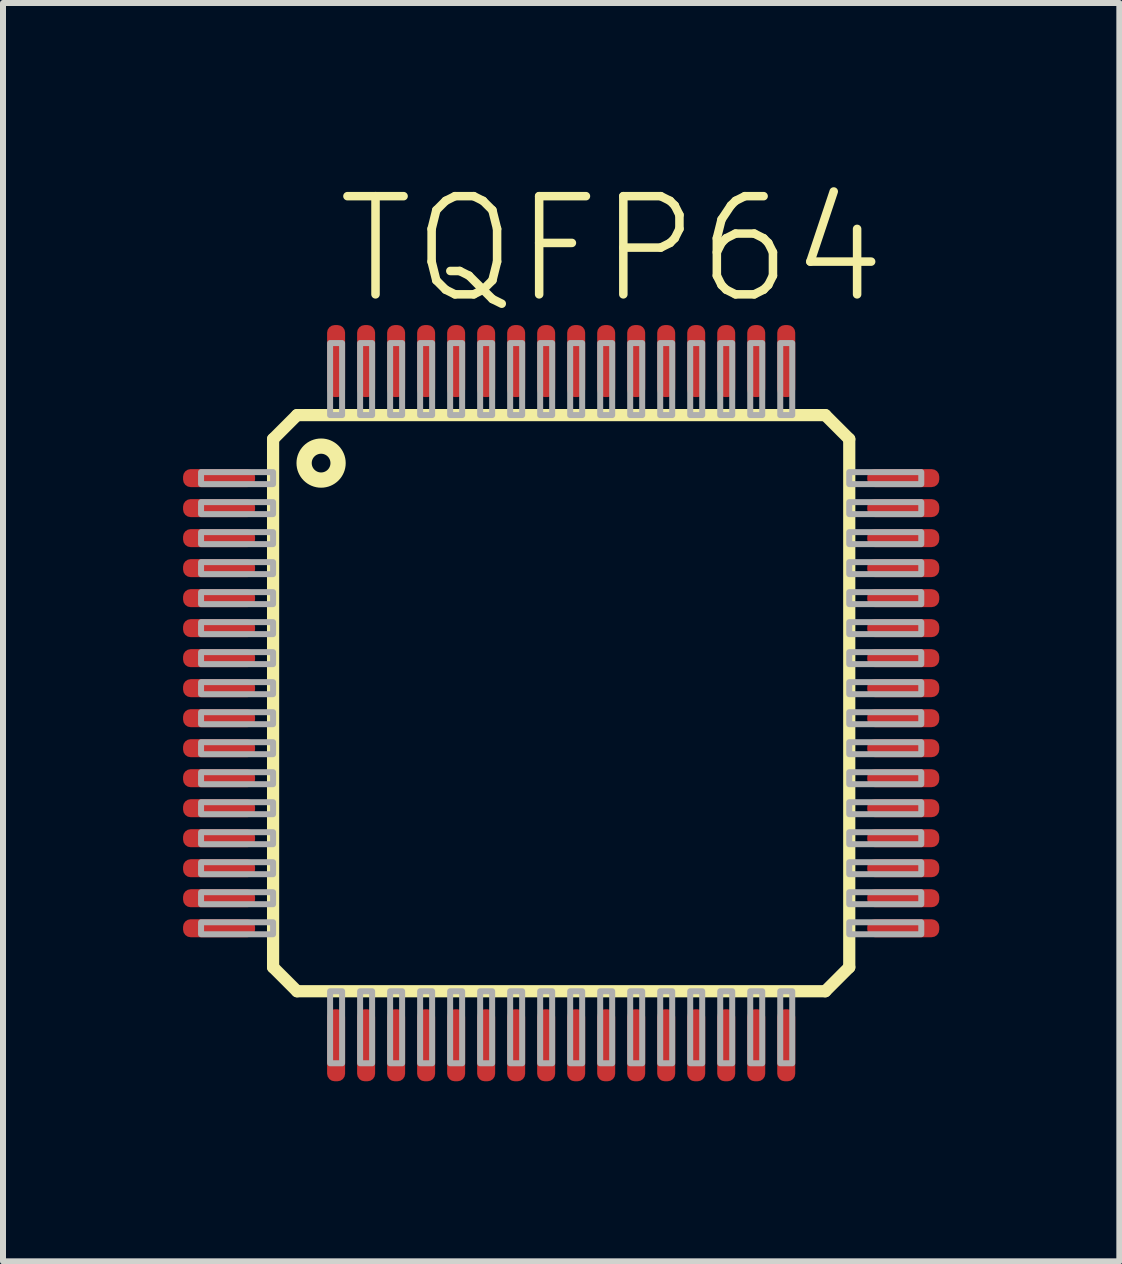
<source format=kicad_pcb>
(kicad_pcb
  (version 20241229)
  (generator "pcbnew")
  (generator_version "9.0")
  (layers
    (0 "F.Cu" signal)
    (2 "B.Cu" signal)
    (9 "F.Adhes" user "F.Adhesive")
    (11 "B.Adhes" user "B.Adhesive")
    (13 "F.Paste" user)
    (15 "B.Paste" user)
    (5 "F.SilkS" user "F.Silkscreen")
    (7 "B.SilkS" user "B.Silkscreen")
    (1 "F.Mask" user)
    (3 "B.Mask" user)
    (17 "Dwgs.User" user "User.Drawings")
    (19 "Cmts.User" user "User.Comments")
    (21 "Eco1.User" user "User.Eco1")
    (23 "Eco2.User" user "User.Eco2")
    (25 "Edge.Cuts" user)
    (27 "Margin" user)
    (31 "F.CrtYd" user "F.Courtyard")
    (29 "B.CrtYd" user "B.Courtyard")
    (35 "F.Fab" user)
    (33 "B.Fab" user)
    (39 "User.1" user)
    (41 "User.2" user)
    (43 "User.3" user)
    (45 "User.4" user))
  (footprint "TQFP64"
    (layer "F.Cu")
    (at 6.3 8.666)
    (property "Reference" "TQFP64" (at -3.81 -6.604 0) (unlocked yes) (layer "F.SilkS") (effects (font (size 1.636 1.636) (thickness 0.142)) (justify left bottom)))
    (fp_line (start -4.8 -4.4) (end -4.4 -4.8) (stroke (width 0.203) (type solid)) (layer "F.SilkS"))
    (fp_line (start -4.8 4.4) (end -4.8 -4.4) (stroke (width 0.203) (type solid)) (layer "F.SilkS"))
    (fp_line (start -4.4 -4.8) (end 4.4 -4.8) (stroke (width 0.203) (type solid)) (layer "F.SilkS"))
    (fp_line (start -4.4 4.8) (end -4.8 4.4) (stroke (width 0.203) (type solid)) (layer "F.SilkS"))
    (fp_line (start 4.4 -4.8) (end 4.8 -4.4) (stroke (width 0.203) (type solid)) (layer "F.SilkS"))
    (fp_line (start 4.4 4.8) (end -4.4 4.8) (stroke (width 0.203) (type solid)) (layer "F.SilkS"))
    (fp_line (start 4.8 -4.4) (end 4.8 4.4) (stroke (width 0.203) (type solid)) (layer "F.SilkS"))
    (fp_line (start 4.8 4.4) (end 4.4 4.8) (stroke (width 0.203) (type solid)) (layer "F.SilkS"))
    (fp_circle (center -4 -4) (end -3.717 -4) (stroke (width 0.254) (type solid)) (fill no) (layer "F.SilkS"))
    (fp_poly (pts (xy -6 -3.65) (xy -4.8 -3.65) (xy -4.8 -3.85) (xy -6 -3.85)) (stroke (width 0.1) (type default)) (fill no) (layer "F.Fab"))
    (fp_poly (pts (xy -6 -3.15) (xy -4.8 -3.15) (xy -4.8 -3.35) (xy -6 -3.35)) (stroke (width 0.1) (type default)) (fill no) (layer "F.Fab"))
    (fp_poly (pts (xy -6 -2.65) (xy -4.8 -2.65) (xy -4.8 -2.85) (xy -6 -2.85)) (stroke (width 0.1) (type default)) (fill no) (layer "F.Fab"))
    (fp_poly (pts (xy -6 -2.15) (xy -4.8 -2.15) (xy -4.8 -2.35) (xy -6 -2.35)) (stroke (width 0.1) (type default)) (fill no) (layer "F.Fab"))
    (fp_poly (pts (xy -6 -1.65) (xy -4.8 -1.65) (xy -4.8 -1.85) (xy -6 -1.85)) (stroke (width 0.1) (type default)) (fill no) (layer "F.Fab"))
    (fp_poly (pts (xy -6 -1.15) (xy -4.8 -1.15) (xy -4.8 -1.35) (xy -6 -1.35)) (stroke (width 0.1) (type default)) (fill no) (layer "F.Fab"))
    (fp_poly (pts (xy -6 -0.65) (xy -4.8 -0.65) (xy -4.8 -0.85) (xy -6 -0.85)) (stroke (width 0.1) (type default)) (fill no) (layer "F.Fab"))
    (fp_poly (pts (xy -6 -0.15) (xy -4.8 -0.15) (xy -4.8 -0.35) (xy -6 -0.35)) (stroke (width 0.1) (type default)) (fill no) (layer "F.Fab"))
    (fp_poly (pts (xy -6 0.35) (xy -4.8 0.35) (xy -4.8 0.15) (xy -6 0.15)) (stroke (width 0.1) (type default)) (fill no) (layer "F.Fab"))
    (fp_poly (pts (xy -6 0.85) (xy -4.8 0.85) (xy -4.8 0.65) (xy -6 0.65)) (stroke (width 0.1) (type default)) (fill no) (layer "F.Fab"))
    (fp_poly (pts (xy -6 1.35) (xy -4.8 1.35) (xy -4.8 1.15) (xy -6 1.15)) (stroke (width 0.1) (type default)) (fill no) (layer "F.Fab"))
    (fp_poly (pts (xy -6 1.85) (xy -4.8 1.85) (xy -4.8 1.65) (xy -6 1.65)) (stroke (width 0.1) (type default)) (fill no) (layer "F.Fab"))
    (fp_poly (pts (xy -6 2.35) (xy -4.8 2.35) (xy -4.8 2.15) (xy -6 2.15)) (stroke (width 0.1) (type default)) (fill no) (layer "F.Fab"))
    (fp_poly (pts (xy -6 2.85) (xy -4.8 2.85) (xy -4.8 2.65) (xy -6 2.65)) (stroke (width 0.1) (type default)) (fill no) (layer "F.Fab"))
    (fp_poly (pts (xy -6 3.35) (xy -4.8 3.35) (xy -4.8 3.15) (xy -6 3.15)) (stroke (width 0.1) (type default)) (fill no) (layer "F.Fab"))
    (fp_poly (pts (xy -6 3.85) (xy -4.8 3.85) (xy -4.8 3.65) (xy -6 3.65)) (stroke (width 0.1) (type default)) (fill no) (layer "F.Fab"))
    (fp_poly (pts (xy -3.85 -4.8) (xy -3.65 -4.8) (xy -3.65 -6) (xy -3.85 -6)) (stroke (width 0.1) (type default)) (fill no) (layer "F.Fab"))
    (fp_poly (pts (xy -3.85 6) (xy -3.65 6) (xy -3.65 4.8) (xy -3.85 4.8)) (stroke (width 0.1) (type default)) (fill no) (layer "F.Fab"))
    (fp_poly (pts (xy -3.35 -4.8) (xy -3.15 -4.8) (xy -3.15 -6) (xy -3.35 -6)) (stroke (width 0.1) (type default)) (fill no) (layer "F.Fab"))
    (fp_poly (pts (xy -3.35 6) (xy -3.15 6) (xy -3.15 4.8) (xy -3.35 4.8)) (stroke (width 0.1) (type default)) (fill no) (layer "F.Fab"))
    (fp_poly (pts (xy -2.85 -4.8) (xy -2.65 -4.8) (xy -2.65 -6) (xy -2.85 -6)) (stroke (width 0.1) (type default)) (fill no) (layer "F.Fab"))
    (fp_poly (pts (xy -2.85 6) (xy -2.65 6) (xy -2.65 4.8) (xy -2.85 4.8)) (stroke (width 0.1) (type default)) (fill no) (layer "F.Fab"))
    (fp_poly (pts (xy -2.35 -4.8) (xy -2.15 -4.8) (xy -2.15 -6) (xy -2.35 -6)) (stroke (width 0.1) (type default)) (fill no) (layer "F.Fab"))
    (fp_poly (pts (xy -2.35 6) (xy -2.15 6) (xy -2.15 4.8) (xy -2.35 4.8)) (stroke (width 0.1) (type default)) (fill no) (layer "F.Fab"))
    (fp_poly (pts (xy -1.85 -4.8) (xy -1.65 -4.8) (xy -1.65 -6) (xy -1.85 -6)) (stroke (width 0.1) (type default)) (fill no) (layer "F.Fab"))
    (fp_poly (pts (xy -1.85 6) (xy -1.65 6) (xy -1.65 4.8) (xy -1.85 4.8)) (stroke (width 0.1) (type default)) (fill no) (layer "F.Fab"))
    (fp_poly (pts (xy -1.35 -4.8) (xy -1.15 -4.8) (xy -1.15 -6) (xy -1.35 -6)) (stroke (width 0.1) (type default)) (fill no) (layer "F.Fab"))
    (fp_poly (pts (xy -1.35 6) (xy -1.15 6) (xy -1.15 4.8) (xy -1.35 4.8)) (stroke (width 0.1) (type default)) (fill no) (layer "F.Fab"))
    (fp_poly (pts (xy -0.85 -4.8) (xy -0.65 -4.8) (xy -0.65 -6) (xy -0.85 -6)) (stroke (width 0.1) (type default)) (fill no) (layer "F.Fab"))
    (fp_poly (pts (xy -0.85 6) (xy -0.65 6) (xy -0.65 4.8) (xy -0.85 4.8)) (stroke (width 0.1) (type default)) (fill no) (layer "F.Fab"))
    (fp_poly (pts (xy -0.35 -4.8) (xy -0.15 -4.8) (xy -0.15 -6) (xy -0.35 -6)) (stroke (width 0.1) (type default)) (fill no) (layer "F.Fab"))
    (fp_poly (pts (xy -0.35 6) (xy -0.15 6) (xy -0.15 4.8) (xy -0.35 4.8)) (stroke (width 0.1) (type default)) (fill no) (layer "F.Fab"))
    (fp_poly (pts (xy 0.15 -4.8) (xy 0.35 -4.8) (xy 0.35 -6) (xy 0.15 -6)) (stroke (width 0.1) (type default)) (fill no) (layer "F.Fab"))
    (fp_poly (pts (xy 0.15 6) (xy 0.35 6) (xy 0.35 4.8) (xy 0.15 4.8)) (stroke (width 0.1) (type default)) (fill no) (layer "F.Fab"))
    (fp_poly (pts (xy 0.65 -4.8) (xy 0.85 -4.8) (xy 0.85 -6) (xy 0.65 -6)) (stroke (width 0.1) (type default)) (fill no) (layer "F.Fab"))
    (fp_poly (pts (xy 0.65 6) (xy 0.85 6) (xy 0.85 4.8) (xy 0.65 4.8)) (stroke (width 0.1) (type default)) (fill no) (layer "F.Fab"))
    (fp_poly (pts (xy 1.15 -4.8) (xy 1.35 -4.8) (xy 1.35 -6) (xy 1.15 -6)) (stroke (width 0.1) (type default)) (fill no) (layer "F.Fab"))
    (fp_poly (pts (xy 1.15 6) (xy 1.35 6) (xy 1.35 4.8) (xy 1.15 4.8)) (stroke (width 0.1) (type default)) (fill no) (layer "F.Fab"))
    (fp_poly (pts (xy 1.65 -4.8) (xy 1.85 -4.8) (xy 1.85 -6) (xy 1.65 -6)) (stroke (width 0.1) (type default)) (fill no) (layer "F.Fab"))
    (fp_poly (pts (xy 1.65 6) (xy 1.85 6) (xy 1.85 4.8) (xy 1.65 4.8)) (stroke (width 0.1) (type default)) (fill no) (layer "F.Fab"))
    (fp_poly (pts (xy 2.15 -4.8) (xy 2.35 -4.8) (xy 2.35 -6) (xy 2.15 -6)) (stroke (width 0.1) (type default)) (fill no) (layer "F.Fab"))
    (fp_poly (pts (xy 2.15 6) (xy 2.35 6) (xy 2.35 4.8) (xy 2.15 4.8)) (stroke (width 0.1) (type default)) (fill no) (layer "F.Fab"))
    (fp_poly (pts (xy 2.65 -4.8) (xy 2.85 -4.8) (xy 2.85 -6) (xy 2.65 -6)) (stroke (width 0.1) (type default)) (fill no) (layer "F.Fab"))
    (fp_poly (pts (xy 2.65 6) (xy 2.85 6) (xy 2.85 4.8) (xy 2.65 4.8)) (stroke (width 0.1) (type default)) (fill no) (layer "F.Fab"))
    (fp_poly (pts (xy 3.15 -4.8) (xy 3.35 -4.8) (xy 3.35 -6) (xy 3.15 -6)) (stroke (width 0.1) (type default)) (fill no) (layer "F.Fab"))
    (fp_poly (pts (xy 3.15 6) (xy 3.35 6) (xy 3.35 4.8) (xy 3.15 4.8)) (stroke (width 0.1) (type default)) (fill no) (layer "F.Fab"))
    (fp_poly (pts (xy 3.65 -4.8) (xy 3.85 -4.8) (xy 3.85 -6) (xy 3.65 -6)) (stroke (width 0.1) (type default)) (fill no) (layer "F.Fab"))
    (fp_poly (pts (xy 3.65 6) (xy 3.85 6) (xy 3.85 4.8) (xy 3.65 4.8)) (stroke (width 0.1) (type default)) (fill no) (layer "F.Fab"))
    (fp_poly (pts (xy 4.8 -3.65) (xy 6 -3.65) (xy 6 -3.85) (xy 4.8 -3.85)) (stroke (width 0.1) (type default)) (fill no) (layer "F.Fab"))
    (fp_poly (pts (xy 4.8 -3.15) (xy 6 -3.15) (xy 6 -3.35) (xy 4.8 -3.35)) (stroke (width 0.1) (type default)) (fill no) (layer "F.Fab"))
    (fp_poly (pts (xy 4.8 -2.65) (xy 6 -2.65) (xy 6 -2.85) (xy 4.8 -2.85)) (stroke (width 0.1) (type default)) (fill no) (layer "F.Fab"))
    (fp_poly (pts (xy 4.8 -2.15) (xy 6 -2.15) (xy 6 -2.35) (xy 4.8 -2.35)) (stroke (width 0.1) (type default)) (fill no) (layer "F.Fab"))
    (fp_poly (pts (xy 4.8 -1.65) (xy 6 -1.65) (xy 6 -1.85) (xy 4.8 -1.85)) (stroke (width 0.1) (type default)) (fill no) (layer "F.Fab"))
    (fp_poly (pts (xy 4.8 -1.15) (xy 6 -1.15) (xy 6 -1.35) (xy 4.8 -1.35)) (stroke (width 0.1) (type default)) (fill no) (layer "F.Fab"))
    (fp_poly (pts (xy 4.8 -0.65) (xy 6 -0.65) (xy 6 -0.85) (xy 4.8 -0.85)) (stroke (width 0.1) (type default)) (fill no) (layer "F.Fab"))
    (fp_poly (pts (xy 4.8 -0.15) (xy 6 -0.15) (xy 6 -0.35) (xy 4.8 -0.35)) (stroke (width 0.1) (type default)) (fill no) (layer "F.Fab"))
    (fp_poly (pts (xy 4.8 0.35) (xy 6 0.35) (xy 6 0.15) (xy 4.8 0.15)) (stroke (width 0.1) (type default)) (fill no) (layer "F.Fab"))
    (fp_poly (pts (xy 4.8 0.85) (xy 6 0.85) (xy 6 0.65) (xy 4.8 0.65)) (stroke (width 0.1) (type default)) (fill no) (layer "F.Fab"))
    (fp_poly (pts (xy 4.8 1.35) (xy 6 1.35) (xy 6 1.15) (xy 4.8 1.15)) (stroke (width 0.1) (type default)) (fill no) (layer "F.Fab"))
    (fp_poly (pts (xy 4.8 1.85) (xy 6 1.85) (xy 6 1.65) (xy 4.8 1.65)) (stroke (width 0.1) (type default)) (fill no) (layer "F.Fab"))
    (fp_poly (pts (xy 4.8 2.35) (xy 6 2.35) (xy 6 2.15) (xy 4.8 2.15)) (stroke (width 0.1) (type default)) (fill no) (layer "F.Fab"))
    (fp_poly (pts (xy 4.8 2.85) (xy 6 2.85) (xy 6 2.65) (xy 4.8 2.65)) (stroke (width 0.1) (type default)) (fill no) (layer "F.Fab"))
    (fp_poly (pts (xy 4.8 3.35) (xy 6 3.35) (xy 6 3.15) (xy 4.8 3.15)) (stroke (width 0.1) (type default)) (fill no) (layer "F.Fab"))
    (fp_poly (pts (xy 4.8 3.85) (xy 6 3.85) (xy 6 3.65) (xy 4.8 3.65)) (stroke (width 0.1) (type default)) (fill no) (layer "F.Fab"))
    (pad "1" smd roundrect (at -5.7 -3.75) (size 1.2 0.3) (layers "F.Cu" "F.Mask" "F.Paste") (roundrect_rratio 0.423))
    (pad "2" smd roundrect (at -5.7 -3.25) (size 1.2 0.3) (layers "F.Cu" "F.Mask" "F.Paste") (roundrect_rratio 0.423))
    (pad "3" smd roundrect (at -5.7 -2.75) (size 1.2 0.3) (layers "F.Cu" "F.Mask" "F.Paste") (roundrect_rratio 0.423))
    (pad "4" smd roundrect (at -5.7 -2.25) (size 1.2 0.3) (layers "F.Cu" "F.Mask" "F.Paste") (roundrect_rratio 0.423))
    (pad "5" smd roundrect (at -5.7 -1.75) (size 1.2 0.3) (layers "F.Cu" "F.Mask" "F.Paste") (roundrect_rratio 0.423))
    (pad "6" smd roundrect (at -5.7 -1.25) (size 1.2 0.3) (layers "F.Cu" "F.Mask" "F.Paste") (roundrect_rratio 0.423))
    (pad "7" smd roundrect (at -5.7 -0.75) (size 1.2 0.3) (layers "F.Cu" "F.Mask" "F.Paste") (roundrect_rratio 0.423))
    (pad "8" smd roundrect (at -5.7 -0.25) (size 1.2 0.3) (layers "F.Cu" "F.Mask" "F.Paste") (roundrect_rratio 0.423))
    (pad "9" smd roundrect (at -5.7 0.25) (size 1.2 0.3) (layers "F.Cu" "F.Mask" "F.Paste") (roundrect_rratio 0.423))
    (pad "10" smd roundrect (at -5.7 0.75) (size 1.2 0.3) (layers "F.Cu" "F.Mask" "F.Paste") (roundrect_rratio 0.423))
    (pad "11" smd roundrect (at -5.7 1.25) (size 1.2 0.3) (layers "F.Cu" "F.Mask" "F.Paste") (roundrect_rratio 0.423))
    (pad "12" smd roundrect (at -5.7 1.75) (size 1.2 0.3) (layers "F.Cu" "F.Mask" "F.Paste") (roundrect_rratio 0.423))
    (pad "13" smd roundrect (at -5.7 2.25) (size 1.2 0.3) (layers "F.Cu" "F.Mask" "F.Paste") (roundrect_rratio 0.423))
    (pad "14" smd roundrect (at -5.7 2.75) (size 1.2 0.3) (layers "F.Cu" "F.Mask" "F.Paste") (roundrect_rratio 0.423))
    (pad "15" smd roundrect (at -5.7 3.25) (size 1.2 0.3) (layers "F.Cu" "F.Mask" "F.Paste") (roundrect_rratio 0.423))
    (pad "16" smd roundrect (at -5.7 3.75) (size 1.2 0.3) (layers "F.Cu" "F.Mask" "F.Paste") (roundrect_rratio 0.423))
    (pad "17" smd roundrect (at -3.75 5.7) (size 0.3 1.2) (layers "F.Cu" "F.Mask" "F.Paste") (roundrect_rratio 0.423))
    (pad "18" smd roundrect (at -3.25 5.7) (size 0.3 1.2) (layers "F.Cu" "F.Mask" "F.Paste") (roundrect_rratio 0.423))
    (pad "19" smd roundrect (at -2.75 5.7) (size 0.3 1.2) (layers "F.Cu" "F.Mask" "F.Paste") (roundrect_rratio 0.423))
    (pad "20" smd roundrect (at -2.25 5.7) (size 0.3 1.2) (layers "F.Cu" "F.Mask" "F.Paste") (roundrect_rratio 0.423))
    (pad "21" smd roundrect (at -1.75 5.7) (size 0.3 1.2) (layers "F.Cu" "F.Mask" "F.Paste") (roundrect_rratio 0.423))
    (pad "22" smd roundrect (at -1.25 5.7) (size 0.3 1.2) (layers "F.Cu" "F.Mask" "F.Paste") (roundrect_rratio 0.423))
    (pad "23" smd roundrect (at -0.75 5.7) (size 0.3 1.2) (layers "F.Cu" "F.Mask" "F.Paste") (roundrect_rratio 0.423))
    (pad "24" smd roundrect (at -0.25 5.7) (size 0.3 1.2) (layers "F.Cu" "F.Mask" "F.Paste") (roundrect_rratio 0.423))
    (pad "25" smd roundrect (at 0.25 5.7) (size 0.3 1.2) (layers "F.Cu" "F.Mask" "F.Paste") (roundrect_rratio 0.423))
    (pad "26" smd roundrect (at 0.75 5.7) (size 0.3 1.2) (layers "F.Cu" "F.Mask" "F.Paste") (roundrect_rratio 0.423))
    (pad "27" smd roundrect (at 1.25 5.7) (size 0.3 1.2) (layers "F.Cu" "F.Mask" "F.Paste") (roundrect_rratio 0.423))
    (pad "28" smd roundrect (at 1.75 5.7) (size 0.3 1.2) (layers "F.Cu" "F.Mask" "F.Paste") (roundrect_rratio 0.423))
    (pad "29" smd roundrect (at 2.25 5.7) (size 0.3 1.2) (layers "F.Cu" "F.Mask" "F.Paste") (roundrect_rratio 0.423))
    (pad "30" smd roundrect (at 2.75 5.7) (size 0.3 1.2) (layers "F.Cu" "F.Mask" "F.Paste") (roundrect_rratio 0.423))
    (pad "31" smd roundrect (at 3.25 5.7) (size 0.3 1.2) (layers "F.Cu" "F.Mask" "F.Paste") (roundrect_rratio 0.423))
    (pad "32" smd roundrect (at 3.75 5.7) (size 0.3 1.2) (layers "F.Cu" "F.Mask" "F.Paste") (roundrect_rratio 0.423))
    (pad "33" smd roundrect (at 5.7 3.75) (size 1.2 0.3) (layers "F.Cu" "F.Mask" "F.Paste") (roundrect_rratio 0.423))
    (pad "34" smd roundrect (at 5.7 3.25) (size 1.2 0.3) (layers "F.Cu" "F.Mask" "F.Paste") (roundrect_rratio 0.423))
    (pad "35" smd roundrect (at 5.7 2.75) (size 1.2 0.3) (layers "F.Cu" "F.Mask" "F.Paste") (roundrect_rratio 0.423))
    (pad "36" smd roundrect (at 5.7 2.25) (size 1.2 0.3) (layers "F.Cu" "F.Mask" "F.Paste") (roundrect_rratio 0.423))
    (pad "37" smd roundrect (at 5.7 1.75) (size 1.2 0.3) (layers "F.Cu" "F.Mask" "F.Paste") (roundrect_rratio 0.423))
    (pad "38" smd roundrect (at 5.7 1.25) (size 1.2 0.3) (layers "F.Cu" "F.Mask" "F.Paste") (roundrect_rratio 0.423))
    (pad "39" smd roundrect (at 5.7 0.75) (size 1.2 0.3) (layers "F.Cu" "F.Mask" "F.Paste") (roundrect_rratio 0.423))
    (pad "40" smd roundrect (at 5.7 0.25) (size 1.2 0.3) (layers "F.Cu" "F.Mask" "F.Paste") (roundrect_rratio 0.423))
    (pad "41" smd roundrect (at 5.7 -0.25) (size 1.2 0.3) (layers "F.Cu" "F.Mask" "F.Paste") (roundrect_rratio 0.423))
    (pad "42" smd roundrect (at 5.7 -0.75) (size 1.2 0.3) (layers "F.Cu" "F.Mask" "F.Paste") (roundrect_rratio 0.423))
    (pad "43" smd roundrect (at 5.7 -1.25) (size 1.2 0.3) (layers "F.Cu" "F.Mask" "F.Paste") (roundrect_rratio 0.423))
    (pad "44" smd roundrect (at 5.7 -1.75) (size 1.2 0.3) (layers "F.Cu" "F.Mask" "F.Paste") (roundrect_rratio 0.423))
    (pad "45" smd roundrect (at 5.7 -2.25) (size 1.2 0.3) (layers "F.Cu" "F.Mask" "F.Paste") (roundrect_rratio 0.423))
    (pad "46" smd roundrect (at 5.7 -2.75) (size 1.2 0.3) (layers "F.Cu" "F.Mask" "F.Paste") (roundrect_rratio 0.423))
    (pad "47" smd roundrect (at 5.7 -3.25) (size 1.2 0.3) (layers "F.Cu" "F.Mask" "F.Paste") (roundrect_rratio 0.423))
    (pad "48" smd roundrect (at 5.7 -3.75) (size 1.2 0.3) (layers "F.Cu" "F.Mask" "F.Paste") (roundrect_rratio 0.423))
    (pad "49" smd roundrect (at 3.75 -5.7) (size 0.3 1.2) (layers "F.Cu" "F.Mask" "F.Paste") (roundrect_rratio 0.423))
    (pad "50" smd roundrect (at 3.25 -5.7) (size 0.3 1.2) (layers "F.Cu" "F.Mask" "F.Paste") (roundrect_rratio 0.423))
    (pad "51" smd roundrect (at 2.75 -5.7) (size 0.3 1.2) (layers "F.Cu" "F.Mask" "F.Paste") (roundrect_rratio 0.423))
    (pad "52" smd roundrect (at 2.25 -5.7) (size 0.3 1.2) (layers "F.Cu" "F.Mask" "F.Paste") (roundrect_rratio 0.423))
    (pad "53" smd roundrect (at 1.75 -5.7) (size 0.3 1.2) (layers "F.Cu" "F.Mask" "F.Paste") (roundrect_rratio 0.423))
    (pad "54" smd roundrect (at 1.25 -5.7) (size 0.3 1.2) (layers "F.Cu" "F.Mask" "F.Paste") (roundrect_rratio 0.423))
    (pad "55" smd roundrect (at 0.75 -5.7) (size 0.3 1.2) (layers "F.Cu" "F.Mask" "F.Paste") (roundrect_rratio 0.423))
    (pad "56" smd roundrect (at 0.25 -5.7) (size 0.3 1.2) (layers "F.Cu" "F.Mask" "F.Paste") (roundrect_rratio 0.423))
    (pad "57" smd roundrect (at -0.25 -5.7) (size 0.3 1.2) (layers "F.Cu" "F.Mask" "F.Paste") (roundrect_rratio 0.423))
    (pad "58" smd roundrect (at -0.75 -5.7) (size 0.3 1.2) (layers "F.Cu" "F.Mask" "F.Paste") (roundrect_rratio 0.423))
    (pad "59" smd roundrect (at -1.25 -5.7) (size 0.3 1.2) (layers "F.Cu" "F.Mask" "F.Paste") (roundrect_rratio 0.423))
    (pad "60" smd roundrect (at -1.75 -5.7) (size 0.3 1.2) (layers "F.Cu" "F.Mask" "F.Paste") (roundrect_rratio 0.423))
    (pad "61" smd roundrect (at -2.25 -5.7) (size 0.3 1.2) (layers "F.Cu" "F.Mask" "F.Paste") (roundrect_rratio 0.423))
    (pad "62" smd roundrect (at -2.75 -5.7) (size 0.3 1.2) (layers "F.Cu" "F.Mask" "F.Paste") (roundrect_rratio 0.423))
    (pad "63" smd roundrect (at -3.25 -5.7) (size 0.3 1.2) (layers "F.Cu" "F.Mask" "F.Paste") (roundrect_rratio 0.423))
    (pad "64" smd roundrect (at -3.75 -5.7) (size 0.3 1.2) (layers "F.Cu" "F.Mask" "F.Paste") (roundrect_rratio 0.423)))
  (gr_rect
    (start -3 -3)
    (end 15.6 17.966)
    (stroke (width 0.1) (type default))
    (fill no)
    (layer "Edge.Cuts")))
</source>
